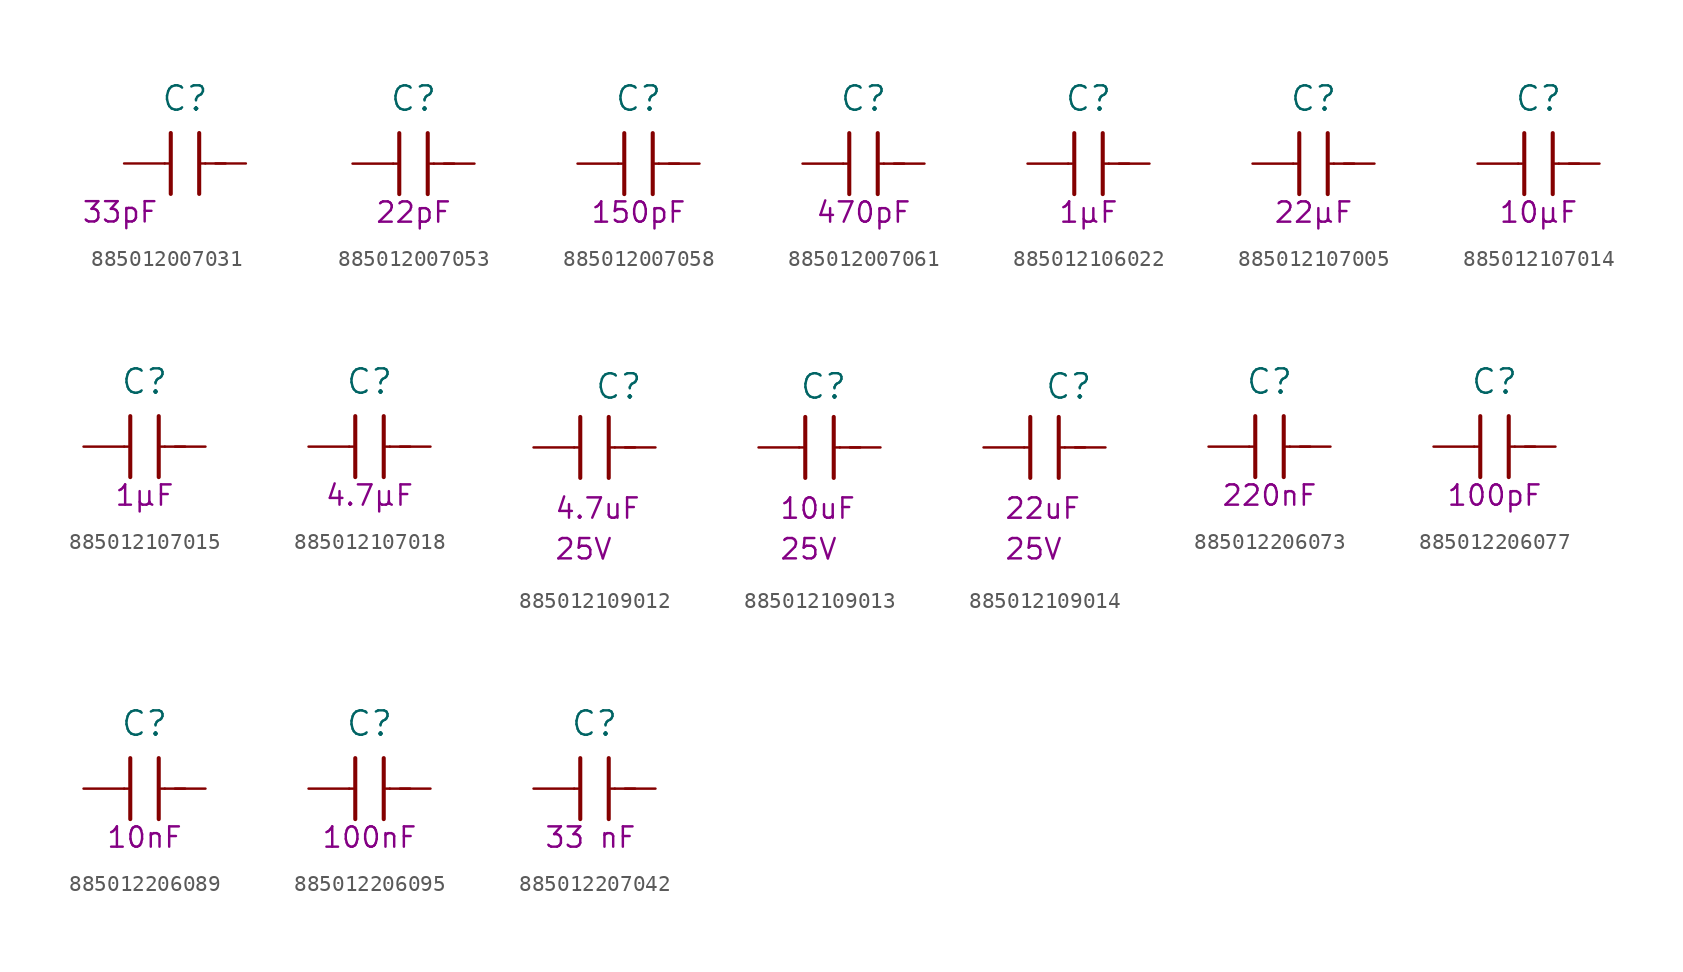
<source format=kicad_sym>
(kicad_symbol_lib
  (version 20220914)
  (generator kicad_symbol_editor)
  (symbol "885012007031"
    (pin_numbers hide)
    (pin_names
      (offset 0) hide)
    (property "Reference" "C"
      (at -1.27 4.064 0)
      (effects (font (size 1.524 1.524))))
    (property "Capacitance (Farad)" "33pF"
      (at -5.334 -3.048 0)
      (effects (font (size 1.27 1.27))))
    (symbol "885012007031_0_1"
      (polyline (pts (xy -2.54 0) (xy -2.286 0)) (stroke (width 0) (type default)) (fill (type none)))
      (polyline (pts (xy -2.159 1.905) (xy -2.159 -1.905)) (stroke (width 0.254) (type default)) (fill (type none)))
      (polyline (pts (xy -0.381 1.905) (xy -0.381 -1.905)) (stroke (width 0.254) (type default)) (fill (type none)))
      (polyline (pts (xy 0 0) (xy -0.254 0)) (stroke (width 0) (type default)) (fill (type none)))
      (polyline (pts (xy 0.635 0) (xy 1.27 0)) (stroke (width 0) (type default)) (fill (type none))))
    (symbol "885012007031_1_1"
      (pin passive line (at -5.08 0 0) (length 2.54) (name "1" (effects (font (size 1.27 1.27)))) (number "1" (effects (font (size 1.27 1.27)))))
      (pin passive line (at 2.54 0 180) (length 2.54) (name "2" (effects (font (size 1.27 1.27)))) (number "2" (effects (font (size 1.27 1.27)))))))
  (symbol "885012007053"
    (pin_numbers hide)
    (pin_names
      (offset 0) hide)
    (property "Reference" "C"
      (at -1.27 4.064 0)
      (effects (font (size 1.524 1.524))))
    (property "Capacitance (Farad)" "22pF"
      (at -1.27 -3.048 0)
      (effects (font (size 1.27 1.27))))
    (symbol "885012007053_0_1"
      (polyline (pts (xy -2.54 0) (xy -2.286 0)) (stroke (width 0) (type default)) (fill (type none)))
      (polyline (pts (xy -2.159 1.905) (xy -2.159 -1.905)) (stroke (width 0.254) (type default)) (fill (type none)))
      (polyline (pts (xy -0.381 1.905) (xy -0.381 -1.905)) (stroke (width 0.254) (type default)) (fill (type none)))
      (polyline (pts (xy 0 0) (xy -0.254 0)) (stroke (width 0) (type default)) (fill (type none)))
      (polyline (pts (xy 0.635 0) (xy 1.27 0)) (stroke (width 0) (type default)) (fill (type none))))
    (symbol "885012007053_1_1"
      (pin passive line (at -5.08 0 0) (length 2.54) (name "1" (effects (font (size 1.27 1.27)))) (number "1" (effects (font (size 1.27 1.27)))))
      (pin passive line (at 2.54 0 180) (length 2.54) (name "2" (effects (font (size 1.27 1.27)))) (number "2" (effects (font (size 1.27 1.27)))))))
  (symbol "885012007058"
    (pin_numbers hide)
    (pin_names
      (offset 0) hide)
    (property "Reference" "C"
      (at -1.27 4.064 0)
      (effects (font (size 1.524 1.524))))
    (property "Capacitance (Farad)" "150pF"
      (at -1.27 -3.048 0)
      (effects (font (size 1.27 1.27))))
    (symbol "885012007058_0_1"
      (polyline (pts (xy -2.54 0) (xy -2.286 0)) (stroke (width 0) (type default)) (fill (type none)))
      (polyline (pts (xy -2.159 1.905) (xy -2.159 -1.905)) (stroke (width 0.254) (type default)) (fill (type none)))
      (polyline (pts (xy -0.381 1.905) (xy -0.381 -1.905)) (stroke (width 0.254) (type default)) (fill (type none)))
      (polyline (pts (xy 0 0) (xy -0.254 0)) (stroke (width 0) (type default)) (fill (type none)))
      (polyline (pts (xy 0.635 0) (xy 1.27 0)) (stroke (width 0) (type default)) (fill (type none))))
    (symbol "885012007058_1_1"
      (pin passive line (at -5.08 0 0) (length 2.54) (name "1" (effects (font (size 1.27 1.27)))) (number "1" (effects (font (size 1.27 1.27)))))
      (pin passive line (at 2.54 0 180) (length 2.54) (name "2" (effects (font (size 1.27 1.27)))) (number "2" (effects (font (size 1.27 1.27)))))))
  (symbol "885012007061"
    (pin_numbers hide)
    (pin_names
      (offset 0) hide)
    (property "Reference" "C"
      (at -1.27 4.064 0)
      (effects (font (size 1.524 1.524))))
    (property "Capacitance (Farad)" "470pF"
      (at -1.27 -3.048 0)
      (effects (font (size 1.27 1.27))))
    (symbol "885012007061_0_1"
      (polyline (pts (xy -2.54 0) (xy -2.286 0)) (stroke (width 0) (type default)) (fill (type none)))
      (polyline (pts (xy -2.159 1.905) (xy -2.159 -1.905)) (stroke (width 0.254) (type default)) (fill (type none)))
      (polyline (pts (xy -0.381 1.905) (xy -0.381 -1.905)) (stroke (width 0.254) (type default)) (fill (type none)))
      (polyline (pts (xy 0 0) (xy -0.254 0)) (stroke (width 0) (type default)) (fill (type none)))
      (polyline (pts (xy 0.635 0) (xy 1.27 0)) (stroke (width 0) (type default)) (fill (type none))))
    (symbol "885012007061_1_1"
      (pin passive line (at -5.08 0 0) (length 2.54) (name "1" (effects (font (size 1.27 1.27)))) (number "1" (effects (font (size 1.27 1.27)))))
      (pin passive line (at 2.54 0 180) (length 2.54) (name "2" (effects (font (size 1.27 1.27)))) (number "2" (effects (font (size 1.27 1.27)))))))
  (symbol "885012106022"
    (pin_numbers hide)
    (pin_names
      (offset 0) hide)
    (property "Reference" "C"
      (at -1.27 4.064 0)
      (effects (font (size 1.524 1.524))))
    (property "Capacitance (Farad)" "1µF"
      (at -1.27 -3.048 0)
      (effects (font (size 1.27 1.27))))
    (symbol "885012106022_0_1"
      (polyline (pts (xy -2.54 0) (xy -2.286 0)) (stroke (width 0) (type default)) (fill (type none)))
      (polyline (pts (xy -2.159 1.905) (xy -2.159 -1.905)) (stroke (width 0.254) (type default)) (fill (type none)))
      (polyline (pts (xy -0.381 1.905) (xy -0.381 -1.905)) (stroke (width 0.254) (type default)) (fill (type none)))
      (polyline (pts (xy 0 0) (xy -0.254 0)) (stroke (width 0) (type default)) (fill (type none)))
      (polyline (pts (xy 0.635 0) (xy 1.27 0)) (stroke (width 0) (type default)) (fill (type none))))
    (symbol "885012106022_1_1"
      (pin passive line (at -5.08 0 0) (length 2.54) (name "1" (effects (font (size 1.27 1.27)))) (number "1" (effects (font (size 1.27 1.27)))))
      (pin passive line (at 2.54 0 180) (length 2.54) (name "2" (effects (font (size 1.27 1.27)))) (number "2" (effects (font (size 1.27 1.27)))))))
  (symbol "885012107005"
    (pin_numbers hide)
    (pin_names
      (offset 0) hide)
    (property "Reference" "C"
      (at -1.27 4.064 0)
      (effects (font (size 1.524 1.524))))
    (property "Capacitance (Farad)" "22µF"
      (at -1.27 -3.048 0)
      (effects (font (size 1.27 1.27))))
    (symbol "885012107005_0_1"
      (polyline (pts (xy -2.54 0) (xy -2.286 0)) (stroke (width 0) (type default)) (fill (type none)))
      (polyline (pts (xy -2.159 1.905) (xy -2.159 -1.905)) (stroke (width 0.254) (type default)) (fill (type none)))
      (polyline (pts (xy -0.381 1.905) (xy -0.381 -1.905)) (stroke (width 0.254) (type default)) (fill (type none)))
      (polyline (pts (xy 0 0) (xy -0.254 0)) (stroke (width 0) (type default)) (fill (type none)))
      (polyline (pts (xy 0.635 0) (xy 1.27 0)) (stroke (width 0) (type default)) (fill (type none))))
    (symbol "885012107005_1_1"
      (pin passive line (at -5.08 0 0) (length 2.54) (name "1" (effects (font (size 1.27 1.27)))) (number "1" (effects (font (size 1.27 1.27)))))
      (pin passive line (at 2.54 0 180) (length 2.54) (name "2" (effects (font (size 1.27 1.27)))) (number "2" (effects (font (size 1.27 1.27)))))))
  (symbol "885012107014"
    (pin_numbers hide)
    (pin_names
      (offset 0) hide)
    (property "Reference" "C"
      (at -1.27 4.064 0)
      (effects (font (size 1.524 1.524))))
    (property "Capacitance (Farad)" "10µF"
      (at -1.27 -3.048 0)
      (effects (font (size 1.27 1.27))))
    (symbol "885012107014_0_1"
      (polyline (pts (xy -2.54 0) (xy -2.286 0)) (stroke (width 0) (type default)) (fill (type none)))
      (polyline (pts (xy -2.159 1.905) (xy -2.159 -1.905)) (stroke (width 0.254) (type default)) (fill (type none)))
      (polyline (pts (xy -0.381 1.905) (xy -0.381 -1.905)) (stroke (width 0.254) (type default)) (fill (type none)))
      (polyline (pts (xy 0 0) (xy -0.254 0)) (stroke (width 0) (type default)) (fill (type none)))
      (polyline (pts (xy 0.635 0) (xy 1.27 0)) (stroke (width 0) (type default)) (fill (type none))))
    (symbol "885012107014_1_1"
      (pin passive line (at -5.08 0 0) (length 2.54) (name "1" (effects (font (size 1.27 1.27)))) (number "1" (effects (font (size 1.27 1.27)))))
      (pin passive line (at 2.54 0 180) (length 2.54) (name "2" (effects (font (size 1.27 1.27)))) (number "2" (effects (font (size 1.27 1.27)))))))
  (symbol "885012107015"
    (pin_numbers hide)
    (pin_names
      (offset 0) hide)
    (property "Reference" "C"
      (at -1.27 4.064 0)
      (effects (font (size 1.524 1.524))))
    (property "Capacitance (Farad)" "1µF"
      (at -1.27 -3.048 0)
      (effects (font (size 1.27 1.27))))
    (symbol "885012107015_0_1"
      (polyline (pts (xy -2.54 0) (xy -2.286 0)) (stroke (width 0) (type default)) (fill (type none)))
      (polyline (pts (xy -2.159 1.905) (xy -2.159 -1.905)) (stroke (width 0.254) (type default)) (fill (type none)))
      (polyline (pts (xy -0.381 1.905) (xy -0.381 -1.905)) (stroke (width 0.254) (type default)) (fill (type none)))
      (polyline (pts (xy 0 0) (xy -0.254 0)) (stroke (width 0) (type default)) (fill (type none)))
      (polyline (pts (xy 0.635 0) (xy 1.27 0)) (stroke (width 0) (type default)) (fill (type none))))
    (symbol "885012107015_1_1"
      (pin passive line (at -5.08 0 0) (length 2.54) (name "1" (effects (font (size 1.27 1.27)))) (number "1" (effects (font (size 1.27 1.27)))))
      (pin passive line (at 2.54 0 180) (length 2.54) (name "2" (effects (font (size 1.27 1.27)))) (number "2" (effects (font (size 1.27 1.27)))))))
  (symbol "885012107018"
    (pin_numbers hide)
    (pin_names
      (offset 0) hide)
    (property "Reference" "C"
      (at -1.27 4.064 0)
      (effects (font (size 1.524 1.524))))
    (property "Capacitance (Farad)" "4.7µF"
      (at -1.27 -3.048 0)
      (effects (font (size 1.27 1.27))))
    (symbol "885012107018_0_1"
      (polyline (pts (xy -2.54 0) (xy -2.286 0)) (stroke (width 0) (type default)) (fill (type none)))
      (polyline (pts (xy -2.159 1.905) (xy -2.159 -1.905)) (stroke (width 0.254) (type default)) (fill (type none)))
      (polyline (pts (xy -0.381 1.905) (xy -0.381 -1.905)) (stroke (width 0.254) (type default)) (fill (type none)))
      (polyline (pts (xy 0 0) (xy -0.254 0)) (stroke (width 0) (type default)) (fill (type none)))
      (polyline (pts (xy 0.635 0) (xy 1.27 0)) (stroke (width 0) (type default)) (fill (type none))))
    (symbol "885012107018_1_1"
      (pin passive line (at -5.08 0 0) (length 2.54) (name "1" (effects (font (size 1.27 1.27)))) (number "1" (effects (font (size 1.27 1.27)))))
      (pin passive line (at 2.54 0 180) (length 2.54) (name "2" (effects (font (size 1.27 1.27)))) (number "2" (effects (font (size 1.27 1.27)))))))
  (symbol "885012109012"
    (pin_numbers hide)
    (pin_names
      (offset 0) hide)
    (property "Reference" "C"
      (at 0 3.81 0)
      (effects (font (size 1.524 1.524)) (justify left)))
    (property "Capacitance (Farad)" "4.7uF"
      (at -2.54 -3.81 0)
      (effects (font (size 1.27 1.27)) (justify left)))
    (property "Voltage Rated (Volt)" "25V"
      (at -2.54 -6.35 0)
      (effects (font (size 1.27 1.27)) (justify left)))
    (symbol "885012109012_0_1"
      (polyline (pts (xy -1.27 0) (xy -1.016 0)) (stroke (width 0) (type default)) (fill (type none)))
      (polyline (pts (xy -0.889 1.905) (xy -0.889 -1.905)) (stroke (width 0.254) (type default)) (fill (type none)))
      (polyline (pts (xy 0.889 1.905) (xy 0.889 -1.905)) (stroke (width 0.254) (type default)) (fill (type none)))
      (polyline (pts (xy 1.27 0) (xy 1.016 0)) (stroke (width 0) (type default)) (fill (type none)))
      (polyline (pts (xy 1.905 0) (xy 2.54 0)) (stroke (width 0) (type default)) (fill (type none))))
    (symbol "885012109012_1_1"
      (pin passive line (at -3.81 0 0) (length 2.54) (name "1" (effects (font (size 1.27 1.27)))) (number "1" (effects (font (size 1.27 1.27)))))
      (pin passive line (at 3.81 0 180) (length 2.54) (name "2" (effects (font (size 1.27 1.27)))) (number "2" (effects (font (size 1.27 1.27)))))))
  (symbol "885012109013"
    (pin_numbers hide)
    (pin_names
      (offset 0) hide)
    (property "Reference" "C"
      (at -1.27 3.81 0)
      (effects (font (size 1.524 1.524)) (justify left)))
    (property "Capacitance (Farad)" "10uF"
      (at -2.54 -3.81 0)
      (effects (font (size 1.27 1.27)) (justify left)))
    (property "Voltage Rated (Volt)" "25V"
      (at -2.54 -6.35 0)
      (effects (font (size 1.27 1.27)) (justify left)))
    (symbol "885012109013_0_1"
      (polyline (pts (xy -1.27 0) (xy -1.016 0)) (stroke (width 0) (type default)) (fill (type none)))
      (polyline (pts (xy -0.889 1.905) (xy -0.889 -1.905)) (stroke (width 0.254) (type default)) (fill (type none)))
      (polyline (pts (xy 0.889 1.905) (xy 0.889 -1.905)) (stroke (width 0.254) (type default)) (fill (type none)))
      (polyline (pts (xy 1.27 0) (xy 1.016 0)) (stroke (width 0) (type default)) (fill (type none)))
      (polyline (pts (xy 1.905 0) (xy 2.54 0)) (stroke (width 0) (type default)) (fill (type none))))
    (symbol "885012109013_1_1"
      (pin passive line (at -3.81 0 0) (length 2.54) (name "1" (effects (font (size 1.27 1.27)))) (number "1" (effects (font (size 1.27 1.27)))))
      (pin passive line (at 3.81 0 180) (length 2.54) (name "2" (effects (font (size 1.27 1.27)))) (number "2" (effects (font (size 1.27 1.27)))))))
  (symbol "885012109014"
    (pin_numbers hide)
    (pin_names
      (offset 0) hide)
    (property "Reference" "C"
      (at 0 3.81 0)
      (effects (font (size 1.524 1.524)) (justify left)))
    (property "Capacitance (Farad)" "22uF"
      (at -2.54 -3.81 0)
      (effects (font (size 1.27 1.27)) (justify left)))
    (property "Voltage Rated (Volt)" "25V"
      (at -2.54 -6.35 0)
      (effects (font (size 1.27 1.27)) (justify left)))
    (symbol "885012109014_0_1"
      (polyline (pts (xy -1.27 0) (xy -1.016 0)) (stroke (width 0) (type default)) (fill (type none)))
      (polyline (pts (xy -0.889 1.905) (xy -0.889 -1.905)) (stroke (width 0.254) (type default)) (fill (type none)))
      (polyline (pts (xy 0.889 1.905) (xy 0.889 -1.905)) (stroke (width 0.254) (type default)) (fill (type none)))
      (polyline (pts (xy 1.27 0) (xy 1.016 0)) (stroke (width 0) (type default)) (fill (type none)))
      (polyline (pts (xy 1.905 0) (xy 2.54 0)) (stroke (width 0) (type default)) (fill (type none))))
    (symbol "885012109014_1_1"
      (pin passive line (at -3.81 0 0) (length 2.54) (name "1" (effects (font (size 1.27 1.27)))) (number "1" (effects (font (size 1.27 1.27)))))
      (pin passive line (at 3.81 0 180) (length 2.54) (name "2" (effects (font (size 1.27 1.27)))) (number "2" (effects (font (size 1.27 1.27)))))))
  (symbol "885012206073"
    (pin_numbers hide)
    (pin_names
      (offset 0) hide)
    (property "Reference" "C"
      (at -1.27 4.064 0)
      (effects (font (size 1.524 1.524))))
    (property "Capacitance (Farad)" "220nF"
      (at -1.27 -3.048 0)
      (effects (font (size 1.27 1.27))))
    (symbol "885012206073_0_1"
      (polyline (pts (xy -2.54 0) (xy -2.286 0)) (stroke (width 0) (type default)) (fill (type none)))
      (polyline (pts (xy -2.159 1.905) (xy -2.159 -1.905)) (stroke (width 0.254) (type default)) (fill (type none)))
      (polyline (pts (xy -0.381 1.905) (xy -0.381 -1.905)) (stroke (width 0.254) (type default)) (fill (type none)))
      (polyline (pts (xy 0 0) (xy -0.254 0)) (stroke (width 0) (type default)) (fill (type none)))
      (polyline (pts (xy 0.635 0) (xy 1.27 0)) (stroke (width 0) (type default)) (fill (type none))))
    (symbol "885012206073_1_1"
      (pin passive line (at -5.08 0 0) (length 2.54) (name "1" (effects (font (size 1.27 1.27)))) (number "1" (effects (font (size 1.27 1.27)))))
      (pin passive line (at 2.54 0 180) (length 2.54) (name "2" (effects (font (size 1.27 1.27)))) (number "2" (effects (font (size 1.27 1.27)))))))
  (symbol "885012206077"
    (pin_numbers hide)
    (pin_names
      (offset 0) hide)
    (property "Reference" "C"
      (at -1.27 4.064 0)
      (effects (font (size 1.524 1.524))))
    (property "Capacitance (Farad)" "100pF"
      (at -1.27 -3.048 0)
      (effects (font (size 1.27 1.27))))
    (symbol "885012206077_0_1"
      (polyline (pts (xy -2.54 0) (xy -2.286 0)) (stroke (width 0) (type default)) (fill (type none)))
      (polyline (pts (xy -2.159 1.905) (xy -2.159 -1.905)) (stroke (width 0.254) (type default)) (fill (type none)))
      (polyline (pts (xy -0.381 1.905) (xy -0.381 -1.905)) (stroke (width 0.254) (type default)) (fill (type none)))
      (polyline (pts (xy 0 0) (xy -0.254 0)) (stroke (width 0) (type default)) (fill (type none)))
      (polyline (pts (xy 0.635 0) (xy 1.27 0)) (stroke (width 0) (type default)) (fill (type none))))
    (symbol "885012206077_1_1"
      (pin passive line (at -5.08 0 0) (length 2.54) (name "1" (effects (font (size 1.27 1.27)))) (number "1" (effects (font (size 1.27 1.27)))))
      (pin passive line (at 2.54 0 180) (length 2.54) (name "2" (effects (font (size 1.27 1.27)))) (number "2" (effects (font (size 1.27 1.27)))))))
  (symbol "885012206089"
    (pin_numbers hide)
    (pin_names
      (offset 0) hide)
    (property "Reference" "C"
      (at -1.27 4.064 0)
      (effects (font (size 1.524 1.524))))
    (property "Capacitance (Farad)" "10nF"
      (at -1.27 -3.048 0)
      (effects (font (size 1.27 1.27))))
    (symbol "885012206089_0_1"
      (polyline (pts (xy -2.54 0) (xy -2.286 0)) (stroke (width 0) (type default)) (fill (type none)))
      (polyline (pts (xy -2.159 1.905) (xy -2.159 -1.905)) (stroke (width 0.254) (type default)) (fill (type none)))
      (polyline (pts (xy -0.381 1.905) (xy -0.381 -1.905)) (stroke (width 0.254) (type default)) (fill (type none)))
      (polyline (pts (xy 0 0) (xy -0.254 0)) (stroke (width 0) (type default)) (fill (type none)))
      (polyline (pts (xy 0.635 0) (xy 1.27 0)) (stroke (width 0) (type default)) (fill (type none))))
    (symbol "885012206089_1_1"
      (pin passive line (at -5.08 0 0) (length 2.54) (name "1" (effects (font (size 1.27 1.27)))) (number "1" (effects (font (size 1.27 1.27)))))
      (pin passive line (at 2.54 0 180) (length 2.54) (name "2" (effects (font (size 1.27 1.27)))) (number "2" (effects (font (size 1.27 1.27)))))))
  (symbol "885012206095"
    (pin_numbers hide)
    (pin_names
      (offset 0) hide)
    (property "Reference" "C"
      (at -1.27 4.064 0)
      (effects (font (size 1.524 1.524))))
    (property "Capacitance (Farad)" "100nF"
      (at -1.27 -3.048 0)
      (effects (font (size 1.27 1.27))))
    (symbol "885012206095_0_1"
      (polyline (pts (xy -2.54 0) (xy -2.286 0)) (stroke (width 0) (type default)) (fill (type none)))
      (polyline (pts (xy -2.159 1.905) (xy -2.159 -1.905)) (stroke (width 0.254) (type default)) (fill (type none)))
      (polyline (pts (xy -0.381 1.905) (xy -0.381 -1.905)) (stroke (width 0.254) (type default)) (fill (type none)))
      (polyline (pts (xy 0 0) (xy -0.254 0)) (stroke (width 0) (type default)) (fill (type none)))
      (polyline (pts (xy 0.635 0) (xy 1.27 0)) (stroke (width 0) (type default)) (fill (type none))))
    (symbol "885012206095_1_1"
      (pin passive line (at -5.08 0 0) (length 2.54) (name "1" (effects (font (size 1.27 1.27)))) (number "1" (effects (font (size 1.27 1.27)))))
      (pin passive line (at 2.54 0 180) (length 2.54) (name "2" (effects (font (size 1.27 1.27)))) (number "2" (effects (font (size 1.27 1.27)))))))
  (symbol "885012207042"
    (pin_numbers hide)
    (pin_names
      (offset 0) hide)
    (property "Reference" "C"
      (at -1.27 4.064 0)
      (effects (font (size 1.524 1.524))))
    (property "Capacitance (Farad)" "33 nF"
      (at -1.524 -3.048 0)
      (effects (font (size 1.27 1.27))))
    (symbol "885012207042_0_1"
      (polyline (pts (xy -2.54 0) (xy -2.286 0)) (stroke (width 0) (type default)) (fill (type none)))
      (polyline (pts (xy -2.159 1.905) (xy -2.159 -1.905)) (stroke (width 0.254) (type default)) (fill (type none)))
      (polyline (pts (xy -0.381 1.905) (xy -0.381 -1.905)) (stroke (width 0.254) (type default)) (fill (type none)))
      (polyline (pts (xy 0 0) (xy -0.254 0)) (stroke (width 0) (type default)) (fill (type none)))
      (polyline (pts (xy 0.635 0) (xy 1.27 0)) (stroke (width 0) (type default)) (fill (type none))))
    (symbol "885012207042_1_1"
      (pin passive line (at -5.08 0 0) (length 2.54) (name "1" (effects (font (size 1.27 1.27)))) (number "1" (effects (font (size 1.27 1.27)))))
      (pin passive line (at 2.54 0 180) (length 2.54) (name "2" (effects (font (size 1.27 1.27)))) (number "2" (effects (font (size 1.27 1.27))))))))
</source>
